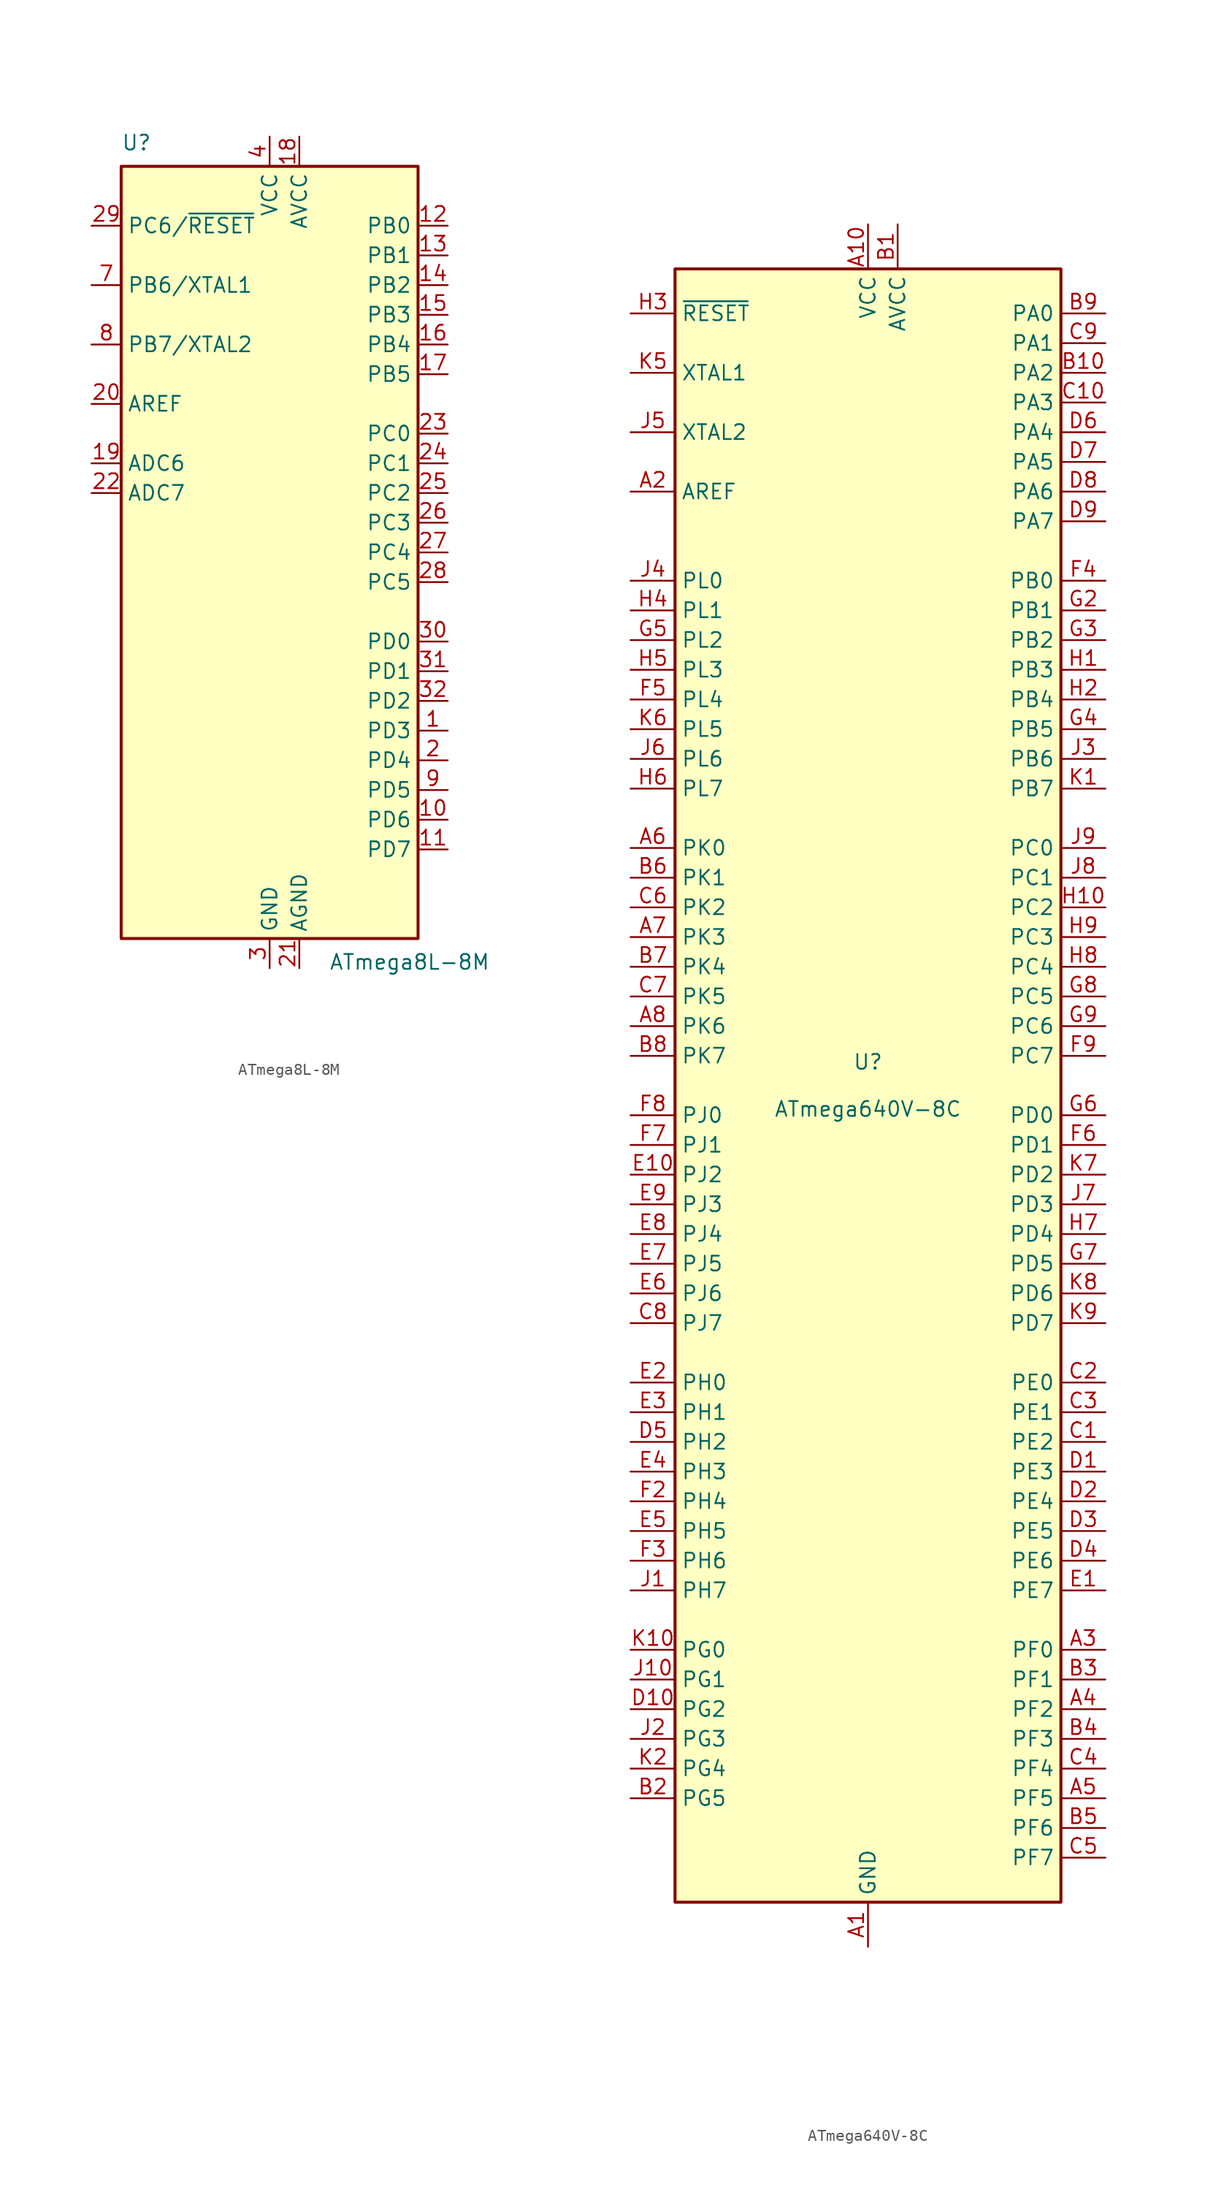
<source format=kicad_sym>
(kicad_symbol_lib
  (version 20241209)
  (generator "kicad_symbol_editor")
  (generator_version "9.0")
  (symbol "ATmega8L-8M"
    (property "Reference" "U"
      (at -12.7 34.29 0)
      (effects (font (size 1.27 1.27)) (justify left bottom)))
    (property "Value" "ATmega8L-8M"
      (at 5.08 -34.29 0)
      (effects (font (size 1.27 1.27)) (justify left top)))
    (symbol "ATmega8L-8M_0_1"
      (rectangle (start -12.7 -33.02) (end 12.7 33.02) (stroke (width 0.254) (type default)) (fill (type background))))
    (symbol "ATmega8L-8M_1_1"
      (pin bidirectional line (at -15.24 27.94 0) (length 2.54) (name "PC6/~{RESET}" (effects (font (size 1.27 1.27)))) (number "29" (effects (font (size 1.27 1.27)))))
      (pin bidirectional line (at -15.24 22.86 0) (length 2.54) (name "PB6/XTAL1" (effects (font (size 1.27 1.27)))) (number "7" (effects (font (size 1.27 1.27)))))
      (pin bidirectional line (at -15.24 17.78 0) (length 2.54) (name "PB7/XTAL2" (effects (font (size 1.27 1.27)))) (number "8" (effects (font (size 1.27 1.27)))))
      (pin passive line (at -15.24 12.7 0) (length 2.54) (name "AREF" (effects (font (size 1.27 1.27)))) (number "20" (effects (font (size 1.27 1.27)))))
      (pin input line (at -15.24 7.62 0) (length 2.54) (name "ADC6" (effects (font (size 1.27 1.27)))) (number "19" (effects (font (size 1.27 1.27)))))
      (pin input line (at -15.24 5.08 0) (length 2.54) (name "ADC7" (effects (font (size 1.27 1.27)))) (number "22" (effects (font (size 1.27 1.27)))))
      (pin power_in line (at 0 35.56 270) (length 2.54) (name "VCC" (effects (font (size 1.27 1.27)))) (number "4" (effects (font (size 1.27 1.27)))))
      (pin passive line (at 0 35.56 270) (length 2.54) (hide yes) (name "VCC" (effects (font (size 1.27 1.27)))) (number "6" (effects (font (size 1.27 1.27)))))
      (pin power_in line (at 0 -35.56 90) (length 2.54) (name "GND" (effects (font (size 1.27 1.27)))) (number "3" (effects (font (size 1.27 1.27)))))
      (pin passive line (at 0 -35.56 90) (length 2.54) (hide yes) (name "GND" (effects (font (size 1.27 1.27)))) (number "33" (effects (font (size 1.27 1.27)))))
      (pin passive line (at 0 -35.56 90) (length 2.54) (hide yes) (name "GND" (effects (font (size 1.27 1.27)))) (number "5" (effects (font (size 1.27 1.27)))))
      (pin power_in line (at 2.54 35.56 270) (length 2.54) (name "AVCC" (effects (font (size 1.27 1.27)))) (number "18" (effects (font (size 1.27 1.27)))))
      (pin power_in line (at 2.54 -35.56 90) (length 2.54) (name "AGND" (effects (font (size 1.27 1.27)))) (number "21" (effects (font (size 1.27 1.27)))))
      (pin bidirectional line (at 15.24 27.94 180) (length 2.54) (name "PB0" (effects (font (size 1.27 1.27)))) (number "12" (effects (font (size 1.27 1.27)))))
      (pin bidirectional line (at 15.24 25.4 180) (length 2.54) (name "PB1" (effects (font (size 1.27 1.27)))) (number "13" (effects (font (size 1.27 1.27)))))
      (pin bidirectional line (at 15.24 22.86 180) (length 2.54) (name "PB2" (effects (font (size 1.27 1.27)))) (number "14" (effects (font (size 1.27 1.27)))))
      (pin bidirectional line (at 15.24 20.32 180) (length 2.54) (name "PB3" (effects (font (size 1.27 1.27)))) (number "15" (effects (font (size 1.27 1.27)))))
      (pin bidirectional line (at 15.24 17.78 180) (length 2.54) (name "PB4" (effects (font (size 1.27 1.27)))) (number "16" (effects (font (size 1.27 1.27)))))
      (pin bidirectional line (at 15.24 15.24 180) (length 2.54) (name "PB5" (effects (font (size 1.27 1.27)))) (number "17" (effects (font (size 1.27 1.27)))))
      (pin bidirectional line (at 15.24 10.16 180) (length 2.54) (name "PC0" (effects (font (size 1.27 1.27)))) (number "23" (effects (font (size 1.27 1.27)))))
      (pin bidirectional line (at 15.24 7.62 180) (length 2.54) (name "PC1" (effects (font (size 1.27 1.27)))) (number "24" (effects (font (size 1.27 1.27)))))
      (pin bidirectional line (at 15.24 5.08 180) (length 2.54) (name "PC2" (effects (font (size 1.27 1.27)))) (number "25" (effects (font (size 1.27 1.27)))))
      (pin bidirectional line (at 15.24 2.54 180) (length 2.54) (name "PC3" (effects (font (size 1.27 1.27)))) (number "26" (effects (font (size 1.27 1.27)))))
      (pin bidirectional line (at 15.24 0 180) (length 2.54) (name "PC4" (effects (font (size 1.27 1.27)))) (number "27" (effects (font (size 1.27 1.27)))))
      (pin bidirectional line (at 15.24 -2.54 180) (length 2.54) (name "PC5" (effects (font (size 1.27 1.27)))) (number "28" (effects (font (size 1.27 1.27)))))
      (pin bidirectional line (at 15.24 -7.62 180) (length 2.54) (name "PD0" (effects (font (size 1.27 1.27)))) (number "30" (effects (font (size 1.27 1.27)))))
      (pin bidirectional line (at 15.24 -10.16 180) (length 2.54) (name "PD1" (effects (font (size 1.27 1.27)))) (number "31" (effects (font (size 1.27 1.27)))))
      (pin bidirectional line (at 15.24 -12.7 180) (length 2.54) (name "PD2" (effects (font (size 1.27 1.27)))) (number "32" (effects (font (size 1.27 1.27)))))
      (pin bidirectional line (at 15.24 -15.24 180) (length 2.54) (name "PD3" (effects (font (size 1.27 1.27)))) (number "1" (effects (font (size 1.27 1.27)))))
      (pin bidirectional line (at 15.24 -17.78 180) (length 2.54) (name "PD4" (effects (font (size 1.27 1.27)))) (number "2" (effects (font (size 1.27 1.27)))))
      (pin bidirectional line (at 15.24 -20.32 180) (length 2.54) (name "PD5" (effects (font (size 1.27 1.27)))) (number "9" (effects (font (size 1.27 1.27)))))
      (pin bidirectional line (at 15.24 -22.86 180) (length 2.54) (name "PD6" (effects (font (size 1.27 1.27)))) (number "10" (effects (font (size 1.27 1.27)))))
      (pin bidirectional line (at 15.24 -25.4 180) (length 2.54) (name "PD7" (effects (font (size 1.27 1.27)))) (number "11" (effects (font (size 1.27 1.27)))))))
  (symbol "ATmega640V-8C"
    (property "Reference" "U"
      (at 0 1.27 0)
      (effects (font (size 1.27 1.27)) (justify bottom)))
    (property "Value" "ATmega640V-8C"
      (at 0 -1.27 0)
      (effects (font (size 1.27 1.27)) (justify top)))
    (symbol "ATmega640V-8C_0_1"
      (rectangle (start -16.51 -69.85) (end 16.51 69.85) (stroke (width 0.254) (type default)) (fill (type background))))
    (symbol "ATmega640V-8C_1_1"
      (pin input line (at -20.32 66.04 0) (length 3.81) (name "~{RESET}" (effects (font (size 1.27 1.27)))) (number "H3" (effects (font (size 1.27 1.27)))))
      (pin input line (at -20.32 60.96 0) (length 3.81) (name "XTAL1" (effects (font (size 1.27 1.27)))) (number "K5" (effects (font (size 1.27 1.27)))))
      (pin output line (at -20.32 55.88 0) (length 3.81) (name "XTAL2" (effects (font (size 1.27 1.27)))) (number "J5" (effects (font (size 1.27 1.27)))))
      (pin passive line (at -20.32 50.8 0) (length 3.81) (name "AREF" (effects (font (size 1.27 1.27)))) (number "A2" (effects (font (size 1.27 1.27)))))
      (pin bidirectional line (at -20.32 43.18 0) (length 3.81) (name "PL0" (effects (font (size 1.27 1.27)))) (number "J4" (effects (font (size 1.27 1.27)))))
      (pin bidirectional line (at -20.32 40.64 0) (length 3.81) (name "PL1" (effects (font (size 1.27 1.27)))) (number "H4" (effects (font (size 1.27 1.27)))))
      (pin bidirectional line (at -20.32 38.1 0) (length 3.81) (name "PL2" (effects (font (size 1.27 1.27)))) (number "G5" (effects (font (size 1.27 1.27)))))
      (pin bidirectional line (at -20.32 35.56 0) (length 3.81) (name "PL3" (effects (font (size 1.27 1.27)))) (number "H5" (effects (font (size 1.27 1.27)))))
      (pin bidirectional line (at -20.32 33.02 0) (length 3.81) (name "PL4" (effects (font (size 1.27 1.27)))) (number "F5" (effects (font (size 1.27 1.27)))))
      (pin bidirectional line (at -20.32 30.48 0) (length 3.81) (name "PL5" (effects (font (size 1.27 1.27)))) (number "K6" (effects (font (size 1.27 1.27)))))
      (pin bidirectional line (at -20.32 27.94 0) (length 3.81) (name "PL6" (effects (font (size 1.27 1.27)))) (number "J6" (effects (font (size 1.27 1.27)))))
      (pin bidirectional line (at -20.32 25.4 0) (length 3.81) (name "PL7" (effects (font (size 1.27 1.27)))) (number "H6" (effects (font (size 1.27 1.27)))))
      (pin bidirectional line (at -20.32 20.32 0) (length 3.81) (name "PK0" (effects (font (size 1.27 1.27)))) (number "A6" (effects (font (size 1.27 1.27)))))
      (pin bidirectional line (at -20.32 17.78 0) (length 3.81) (name "PK1" (effects (font (size 1.27 1.27)))) (number "B6" (effects (font (size 1.27 1.27)))))
      (pin bidirectional line (at -20.32 15.24 0) (length 3.81) (name "PK2" (effects (font (size 1.27 1.27)))) (number "C6" (effects (font (size 1.27 1.27)))))
      (pin bidirectional line (at -20.32 12.7 0) (length 3.81) (name "PK3" (effects (font (size 1.27 1.27)))) (number "A7" (effects (font (size 1.27 1.27)))))
      (pin bidirectional line (at -20.32 10.16 0) (length 3.81) (name "PK4" (effects (font (size 1.27 1.27)))) (number "B7" (effects (font (size 1.27 1.27)))))
      (pin bidirectional line (at -20.32 7.62 0) (length 3.81) (name "PK5" (effects (font (size 1.27 1.27)))) (number "C7" (effects (font (size 1.27 1.27)))))
      (pin bidirectional line (at -20.32 5.08 0) (length 3.81) (name "PK6" (effects (font (size 1.27 1.27)))) (number "A8" (effects (font (size 1.27 1.27)))))
      (pin bidirectional line (at -20.32 2.54 0) (length 3.81) (name "PK7" (effects (font (size 1.27 1.27)))) (number "B8" (effects (font (size 1.27 1.27)))))
      (pin bidirectional line (at -20.32 -2.54 0) (length 3.81) (name "PJ0" (effects (font (size 1.27 1.27)))) (number "F8" (effects (font (size 1.27 1.27)))))
      (pin bidirectional line (at -20.32 -5.08 0) (length 3.81) (name "PJ1" (effects (font (size 1.27 1.27)))) (number "F7" (effects (font (size 1.27 1.27)))))
      (pin bidirectional line (at -20.32 -7.62 0) (length 3.81) (name "PJ2" (effects (font (size 1.27 1.27)))) (number "E10" (effects (font (size 1.27 1.27)))))
      (pin bidirectional line (at -20.32 -10.16 0) (length 3.81) (name "PJ3" (effects (font (size 1.27 1.27)))) (number "E9" (effects (font (size 1.27 1.27)))))
      (pin bidirectional line (at -20.32 -12.7 0) (length 3.81) (name "PJ4" (effects (font (size 1.27 1.27)))) (number "E8" (effects (font (size 1.27 1.27)))))
      (pin bidirectional line (at -20.32 -15.24 0) (length 3.81) (name "PJ5" (effects (font (size 1.27 1.27)))) (number "E7" (effects (font (size 1.27 1.27)))))
      (pin bidirectional line (at -20.32 -17.78 0) (length 3.81) (name "PJ6" (effects (font (size 1.27 1.27)))) (number "E6" (effects (font (size 1.27 1.27)))))
      (pin bidirectional line (at -20.32 -20.32 0) (length 3.81) (name "PJ7" (effects (font (size 1.27 1.27)))) (number "C8" (effects (font (size 1.27 1.27)))))
      (pin bidirectional line (at -20.32 -25.4 0) (length 3.81) (name "PH0" (effects (font (size 1.27 1.27)))) (number "E2" (effects (font (size 1.27 1.27)))))
      (pin bidirectional line (at -20.32 -27.94 0) (length 3.81) (name "PH1" (effects (font (size 1.27 1.27)))) (number "E3" (effects (font (size 1.27 1.27)))))
      (pin bidirectional line (at -20.32 -30.48 0) (length 3.81) (name "PH2" (effects (font (size 1.27 1.27)))) (number "D5" (effects (font (size 1.27 1.27)))))
      (pin bidirectional line (at -20.32 -33.02 0) (length 3.81) (name "PH3" (effects (font (size 1.27 1.27)))) (number "E4" (effects (font (size 1.27 1.27)))))
      (pin bidirectional line (at -20.32 -35.56 0) (length 3.81) (name "PH4" (effects (font (size 1.27 1.27)))) (number "F2" (effects (font (size 1.27 1.27)))))
      (pin bidirectional line (at -20.32 -38.1 0) (length 3.81) (name "PH5" (effects (font (size 1.27 1.27)))) (number "E5" (effects (font (size 1.27 1.27)))))
      (pin bidirectional line (at -20.32 -40.64 0) (length 3.81) (name "PH6" (effects (font (size 1.27 1.27)))) (number "F3" (effects (font (size 1.27 1.27)))))
      (pin bidirectional line (at -20.32 -43.18 0) (length 3.81) (name "PH7" (effects (font (size 1.27 1.27)))) (number "J1" (effects (font (size 1.27 1.27)))))
      (pin bidirectional line (at -20.32 -48.26 0) (length 3.81) (name "PG0" (effects (font (size 1.27 1.27)))) (number "K10" (effects (font (size 1.27 1.27)))))
      (pin bidirectional line (at -20.32 -50.8 0) (length 3.81) (name "PG1" (effects (font (size 1.27 1.27)))) (number "J10" (effects (font (size 1.27 1.27)))))
      (pin bidirectional line (at -20.32 -53.34 0) (length 3.81) (name "PG2" (effects (font (size 1.27 1.27)))) (number "D10" (effects (font (size 1.27 1.27)))))
      (pin bidirectional line (at -20.32 -55.88 0) (length 3.81) (name "PG3" (effects (font (size 1.27 1.27)))) (number "J2" (effects (font (size 1.27 1.27)))))
      (pin bidirectional line (at -20.32 -58.42 0) (length 3.81) (name "PG4" (effects (font (size 1.27 1.27)))) (number "K2" (effects (font (size 1.27 1.27)))))
      (pin bidirectional line (at -20.32 -60.96 0) (length 3.81) (name "PG5" (effects (font (size 1.27 1.27)))) (number "B2" (effects (font (size 1.27 1.27)))))
      (pin power_in line (at 0 73.66 270) (length 3.81) (name "VCC" (effects (font (size 1.27 1.27)))) (number "A10" (effects (font (size 1.27 1.27)))))
      (pin passive line (at 0 73.66 270) (length 3.81) (hide yes) (name "VCC" (effects (font (size 1.27 1.27)))) (number "F1" (effects (font (size 1.27 1.27)))))
      (pin passive line (at 0 73.66 270) (length 3.81) (hide yes) (name "VCC" (effects (font (size 1.27 1.27)))) (number "G10" (effects (font (size 1.27 1.27)))))
      (pin passive line (at 0 73.66 270) (length 3.81) (hide yes) (name "VCC" (effects (font (size 1.27 1.27)))) (number "K3" (effects (font (size 1.27 1.27)))))
      (pin power_in line (at 0 -73.66 90) (length 3.81) (name "GND" (effects (font (size 1.27 1.27)))) (number "A1" (effects (font (size 1.27 1.27)))))
      (pin passive line (at 0 -73.66 90) (length 3.81) (hide yes) (name "GND" (effects (font (size 1.27 1.27)))) (number "A9" (effects (font (size 1.27 1.27)))))
      (pin passive line (at 0 -73.66 90) (length 3.81) (hide yes) (name "GND" (effects (font (size 1.27 1.27)))) (number "F10" (effects (font (size 1.27 1.27)))))
      (pin passive line (at 0 -73.66 90) (length 3.81) (hide yes) (name "GND" (effects (font (size 1.27 1.27)))) (number "G1" (effects (font (size 1.27 1.27)))))
      (pin passive line (at 0 -73.66 90) (length 3.81) (hide yes) (name "GND" (effects (font (size 1.27 1.27)))) (number "K4" (effects (font (size 1.27 1.27)))))
      (pin power_in line (at 2.54 73.66 270) (length 3.81) (name "AVCC" (effects (font (size 1.27 1.27)))) (number "B1" (effects (font (size 1.27 1.27)))))
      (pin bidirectional line (at 20.32 66.04 180) (length 3.81) (name "PA0" (effects (font (size 1.27 1.27)))) (number "B9" (effects (font (size 1.27 1.27)))))
      (pin bidirectional line (at 20.32 63.5 180) (length 3.81) (name "PA1" (effects (font (size 1.27 1.27)))) (number "C9" (effects (font (size 1.27 1.27)))))
      (pin bidirectional line (at 20.32 60.96 180) (length 3.81) (name "PA2" (effects (font (size 1.27 1.27)))) (number "B10" (effects (font (size 1.27 1.27)))))
      (pin bidirectional line (at 20.32 58.42 180) (length 3.81) (name "PA3" (effects (font (size 1.27 1.27)))) (number "C10" (effects (font (size 1.27 1.27)))))
      (pin bidirectional line (at 20.32 55.88 180) (length 3.81) (name "PA4" (effects (font (size 1.27 1.27)))) (number "D6" (effects (font (size 1.27 1.27)))))
      (pin bidirectional line (at 20.32 53.34 180) (length 3.81) (name "PA5" (effects (font (size 1.27 1.27)))) (number "D7" (effects (font (size 1.27 1.27)))))
      (pin bidirectional line (at 20.32 50.8 180) (length 3.81) (name "PA6" (effects (font (size 1.27 1.27)))) (number "D8" (effects (font (size 1.27 1.27)))))
      (pin bidirectional line (at 20.32 48.26 180) (length 3.81) (name "PA7" (effects (font (size 1.27 1.27)))) (number "D9" (effects (font (size 1.27 1.27)))))
      (pin bidirectional line (at 20.32 43.18 180) (length 3.81) (name "PB0" (effects (font (size 1.27 1.27)))) (number "F4" (effects (font (size 1.27 1.27)))))
      (pin bidirectional line (at 20.32 40.64 180) (length 3.81) (name "PB1" (effects (font (size 1.27 1.27)))) (number "G2" (effects (font (size 1.27 1.27)))))
      (pin bidirectional line (at 20.32 38.1 180) (length 3.81) (name "PB2" (effects (font (size 1.27 1.27)))) (number "G3" (effects (font (size 1.27 1.27)))))
      (pin bidirectional line (at 20.32 35.56 180) (length 3.81) (name "PB3" (effects (font (size 1.27 1.27)))) (number "H1" (effects (font (size 1.27 1.27)))))
      (pin bidirectional line (at 20.32 33.02 180) (length 3.81) (name "PB4" (effects (font (size 1.27 1.27)))) (number "H2" (effects (font (size 1.27 1.27)))))
      (pin bidirectional line (at 20.32 30.48 180) (length 3.81) (name "PB5" (effects (font (size 1.27 1.27)))) (number "G4" (effects (font (size 1.27 1.27)))))
      (pin bidirectional line (at 20.32 27.94 180) (length 3.81) (name "PB6" (effects (font (size 1.27 1.27)))) (number "J3" (effects (font (size 1.27 1.27)))))
      (pin bidirectional line (at 20.32 25.4 180) (length 3.81) (name "PB7" (effects (font (size 1.27 1.27)))) (number "K1" (effects (font (size 1.27 1.27)))))
      (pin bidirectional line (at 20.32 20.32 180) (length 3.81) (name "PC0" (effects (font (size 1.27 1.27)))) (number "J9" (effects (font (size 1.27 1.27)))))
      (pin bidirectional line (at 20.32 17.78 180) (length 3.81) (name "PC1" (effects (font (size 1.27 1.27)))) (number "J8" (effects (font (size 1.27 1.27)))))
      (pin bidirectional line (at 20.32 15.24 180) (length 3.81) (name "PC2" (effects (font (size 1.27 1.27)))) (number "H10" (effects (font (size 1.27 1.27)))))
      (pin bidirectional line (at 20.32 12.7 180) (length 3.81) (name "PC3" (effects (font (size 1.27 1.27)))) (number "H9" (effects (font (size 1.27 1.27)))))
      (pin bidirectional line (at 20.32 10.16 180) (length 3.81) (name "PC4" (effects (font (size 1.27 1.27)))) (number "H8" (effects (font (size 1.27 1.27)))))
      (pin bidirectional line (at 20.32 7.62 180) (length 3.81) (name "PC5" (effects (font (size 1.27 1.27)))) (number "G8" (effects (font (size 1.27 1.27)))))
      (pin bidirectional line (at 20.32 5.08 180) (length 3.81) (name "PC6" (effects (font (size 1.27 1.27)))) (number "G9" (effects (font (size 1.27 1.27)))))
      (pin bidirectional line (at 20.32 2.54 180) (length 3.81) (name "PC7" (effects (font (size 1.27 1.27)))) (number "F9" (effects (font (size 1.27 1.27)))))
      (pin bidirectional line (at 20.32 -2.54 180) (length 3.81) (name "PD0" (effects (font (size 1.27 1.27)))) (number "G6" (effects (font (size 1.27 1.27)))))
      (pin bidirectional line (at 20.32 -5.08 180) (length 3.81) (name "PD1" (effects (font (size 1.27 1.27)))) (number "F6" (effects (font (size 1.27 1.27)))))
      (pin bidirectional line (at 20.32 -7.62 180) (length 3.81) (name "PD2" (effects (font (size 1.27 1.27)))) (number "K7" (effects (font (size 1.27 1.27)))))
      (pin bidirectional line (at 20.32 -10.16 180) (length 3.81) (name "PD3" (effects (font (size 1.27 1.27)))) (number "J7" (effects (font (size 1.27 1.27)))))
      (pin bidirectional line (at 20.32 -12.7 180) (length 3.81) (name "PD4" (effects (font (size 1.27 1.27)))) (number "H7" (effects (font (size 1.27 1.27)))))
      (pin bidirectional line (at 20.32 -15.24 180) (length 3.81) (name "PD5" (effects (font (size 1.27 1.27)))) (number "G7" (effects (font (size 1.27 1.27)))))
      (pin bidirectional line (at 20.32 -17.78 180) (length 3.81) (name "PD6" (effects (font (size 1.27 1.27)))) (number "K8" (effects (font (size 1.27 1.27)))))
      (pin bidirectional line (at 20.32 -20.32 180) (length 3.81) (name "PD7" (effects (font (size 1.27 1.27)))) (number "K9" (effects (font (size 1.27 1.27)))))
      (pin bidirectional line (at 20.32 -25.4 180) (length 3.81) (name "PE0" (effects (font (size 1.27 1.27)))) (number "C2" (effects (font (size 1.27 1.27)))))
      (pin bidirectional line (at 20.32 -27.94 180) (length 3.81) (name "PE1" (effects (font (size 1.27 1.27)))) (number "C3" (effects (font (size 1.27 1.27)))))
      (pin bidirectional line (at 20.32 -30.48 180) (length 3.81) (name "PE2" (effects (font (size 1.27 1.27)))) (number "C1" (effects (font (size 1.27 1.27)))))
      (pin bidirectional line (at 20.32 -33.02 180) (length 3.81) (name "PE3" (effects (font (size 1.27 1.27)))) (number "D1" (effects (font (size 1.27 1.27)))))
      (pin bidirectional line (at 20.32 -35.56 180) (length 3.81) (name "PE4" (effects (font (size 1.27 1.27)))) (number "D2" (effects (font (size 1.27 1.27)))))
      (pin bidirectional line (at 20.32 -38.1 180) (length 3.81) (name "PE5" (effects (font (size 1.27 1.27)))) (number "D3" (effects (font (size 1.27 1.27)))))
      (pin bidirectional line (at 20.32 -40.64 180) (length 3.81) (name "PE6" (effects (font (size 1.27 1.27)))) (number "D4" (effects (font (size 1.27 1.27)))))
      (pin bidirectional line (at 20.32 -43.18 180) (length 3.81) (name "PE7" (effects (font (size 1.27 1.27)))) (number "E1" (effects (font (size 1.27 1.27)))))
      (pin bidirectional line (at 20.32 -48.26 180) (length 3.81) (name "PF0" (effects (font (size 1.27 1.27)))) (number "A3" (effects (font (size 1.27 1.27)))))
      (pin bidirectional line (at 20.32 -50.8 180) (length 3.81) (name "PF1" (effects (font (size 1.27 1.27)))) (number "B3" (effects (font (size 1.27 1.27)))))
      (pin bidirectional line (at 20.32 -53.34 180) (length 3.81) (name "PF2" (effects (font (size 1.27 1.27)))) (number "A4" (effects (font (size 1.27 1.27)))))
      (pin bidirectional line (at 20.32 -55.88 180) (length 3.81) (name "PF3" (effects (font (size 1.27 1.27)))) (number "B4" (effects (font (size 1.27 1.27)))))
      (pin bidirectional line (at 20.32 -58.42 180) (length 3.81) (name "PF4" (effects (font (size 1.27 1.27)))) (number "C4" (effects (font (size 1.27 1.27)))))
      (pin bidirectional line (at 20.32 -60.96 180) (length 3.81) (name "PF5" (effects (font (size 1.27 1.27)))) (number "A5" (effects (font (size 1.27 1.27)))))
      (pin bidirectional line (at 20.32 -63.5 180) (length 3.81) (name "PF6" (effects (font (size 1.27 1.27)))) (number "B5" (effects (font (size 1.27 1.27)))))
      (pin bidirectional line (at 20.32 -66.04 180) (length 3.81) (name "PF7" (effects (font (size 1.27 1.27)))) (number "C5" (effects (font (size 1.27 1.27))))))))
</source>
